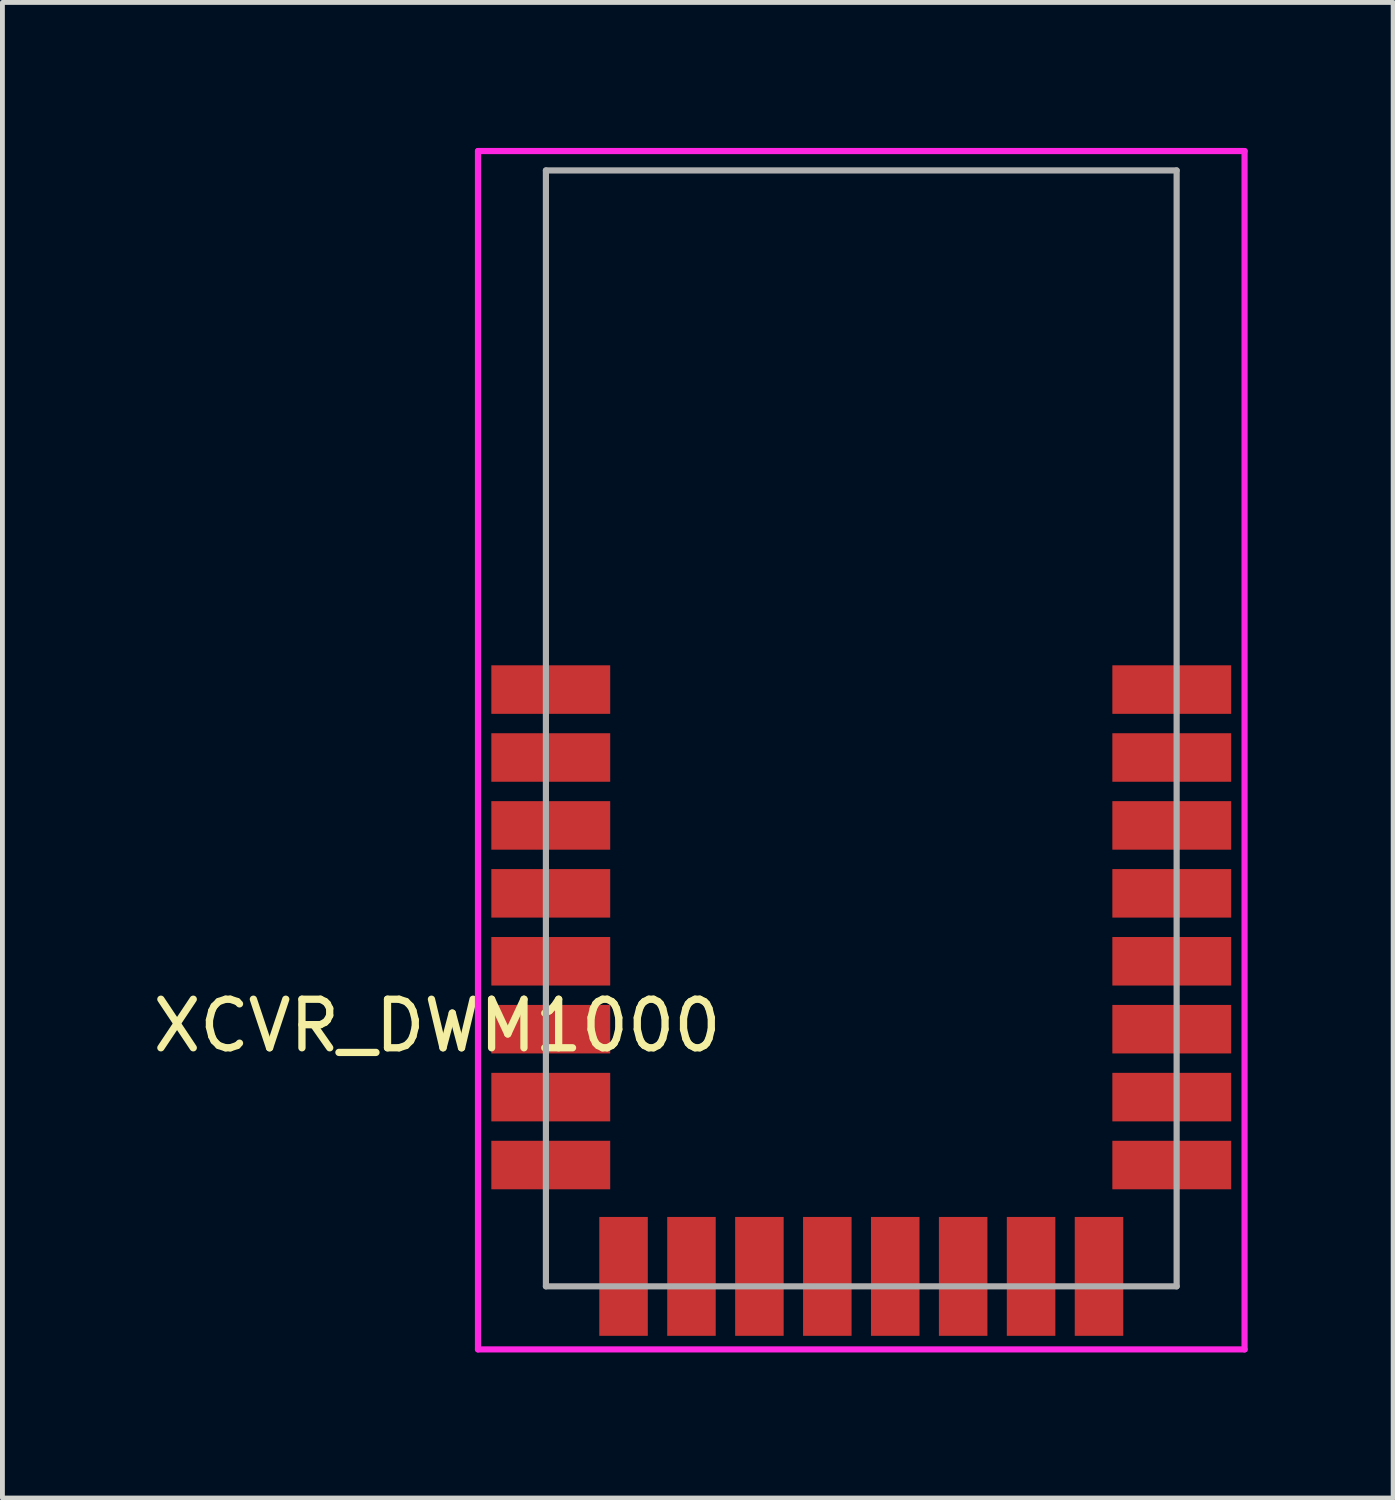
<source format=kicad_pcb>
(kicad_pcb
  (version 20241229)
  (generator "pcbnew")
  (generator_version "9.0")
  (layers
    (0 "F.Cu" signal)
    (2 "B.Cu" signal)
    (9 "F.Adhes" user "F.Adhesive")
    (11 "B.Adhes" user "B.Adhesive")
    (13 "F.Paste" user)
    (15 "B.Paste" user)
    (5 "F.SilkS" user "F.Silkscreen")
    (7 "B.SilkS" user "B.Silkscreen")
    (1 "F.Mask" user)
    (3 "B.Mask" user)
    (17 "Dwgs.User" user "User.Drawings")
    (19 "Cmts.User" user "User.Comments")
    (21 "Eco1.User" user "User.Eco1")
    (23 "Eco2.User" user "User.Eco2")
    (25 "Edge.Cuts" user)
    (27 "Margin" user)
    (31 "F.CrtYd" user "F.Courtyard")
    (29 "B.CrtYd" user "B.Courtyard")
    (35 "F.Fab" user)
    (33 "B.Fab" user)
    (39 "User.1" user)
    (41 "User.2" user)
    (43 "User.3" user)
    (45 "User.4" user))
  (footprint "XCVR_DWM1000"
    (layer "F.Cu")
    (at 14.702 12.963)
    (property "Reference" "XCVR_DWM1000" (at -8.74 5.128 180) (layer "F.SilkS") (effects (font (size 1.001 1.001) (thickness 0.15))))
    (attr through_hole)
    (fp_line (start -7.9 -12.9) (end -7.9 11.8) (stroke (width 0.127) (type solid)) (layer "F.CrtYd"))
    (fp_line (start -7.9 11.8) (end 7.9 11.8) (stroke (width 0.127) (type solid)) (layer "F.CrtYd"))
    (fp_line (start 7.9 -12.9) (end -7.9 -12.9) (stroke (width 0.127) (type solid)) (layer "F.CrtYd"))
    (fp_line (start 7.9 11.8) (end 7.9 -12.9) (stroke (width 0.127) (type solid)) (layer "F.CrtYd"))
    (fp_line (start -6.5 -12.5) (end -6.5 10.5) (stroke (width 0.127) (type solid)) (layer "F.Fab"))
    (fp_line (start -6.5 10.5) (end 6.5 10.5) (stroke (width 0.127) (type solid)) (layer "F.Fab"))
    (fp_line (start 6.5 -12.5) (end -6.5 -12.5) (stroke (width 0.127) (type solid)) (layer "F.Fab"))
    (fp_line (start 6.5 10.5) (end 6.5 -12.5) (stroke (width 0.127) (type solid)) (layer "F.Fab"))
    (pad "1" smd rect (at -6.4 -1.8) (size 2.45 1) (layers "F.Cu" "F.Mask" "F.Paste"))
    (pad "2" smd rect (at -6.4 -0.4) (size 2.45 1) (layers "F.Cu" "F.Mask" "F.Paste"))
    (pad "3" smd rect (at -6.4 1) (size 2.45 1) (layers "F.Cu" "F.Mask" "F.Paste"))
    (pad "4" smd rect (at -6.4 2.4) (size 2.45 1) (layers "F.Cu" "F.Mask" "F.Paste"))
    (pad "5" smd rect (at -6.4 3.8) (size 2.45 1) (layers "F.Cu" "F.Mask" "F.Paste"))
    (pad "6" smd rect (at -6.4 5.2) (size 2.45 1) (layers "F.Cu" "F.Mask" "F.Paste"))
    (pad "7" smd rect (at -6.4 6.6) (size 2.45 1) (layers "F.Cu" "F.Mask" "F.Paste"))
    (pad "8" smd rect (at -6.4 8) (size 2.45 1) (layers "F.Cu" "F.Mask" "F.Paste"))
    (pad "9" smd rect (at -4.9 10.295) (size 1 2.45) (layers "F.Cu" "F.Mask" "F.Paste"))
    (pad "10" smd rect (at -3.5 10.295) (size 1 2.45) (layers "F.Cu" "F.Mask" "F.Paste"))
    (pad "11" smd rect (at -2.1 10.295) (size 1 2.45) (layers "F.Cu" "F.Mask" "F.Paste"))
    (pad "12" smd rect (at -0.7 10.295) (size 1 2.45) (layers "F.Cu" "F.Mask" "F.Paste"))
    (pad "13" smd rect (at 0.7 10.295) (size 1 2.45) (layers "F.Cu" "F.Mask" "F.Paste"))
    (pad "14" smd rect (at 2.1 10.295) (size 1 2.45) (layers "F.Cu" "F.Mask" "F.Paste"))
    (pad "15" smd rect (at 3.5 10.295) (size 1 2.45) (layers "F.Cu" "F.Mask" "F.Paste"))
    (pad "16" smd rect (at 4.9 10.295) (size 1 2.45) (layers "F.Cu" "F.Mask" "F.Paste"))
    (pad "17" smd rect (at 6.4 8) (size 2.45 1) (layers "F.Cu" "F.Mask" "F.Paste"))
    (pad "18" smd rect (at 6.4 6.6) (size 2.45 1) (layers "F.Cu" "F.Mask" "F.Paste"))
    (pad "19" smd rect (at 6.4 5.2) (size 2.45 1) (layers "F.Cu" "F.Mask" "F.Paste"))
    (pad "20" smd rect (at 6.4 3.8) (size 2.45 1) (layers "F.Cu" "F.Mask" "F.Paste"))
    (pad "21" smd rect (at 6.4 2.4) (size 2.45 1) (layers "F.Cu" "F.Mask" "F.Paste"))
    (pad "22" smd rect (at 6.4 1) (size 2.45 1) (layers "F.Cu" "F.Mask" "F.Paste"))
    (pad "23" smd rect (at 6.4 -0.4) (size 2.45 1) (layers "F.Cu" "F.Mask" "F.Paste"))
    (pad "24" smd rect (at 6.4 -1.8) (size 2.45 1) (layers "F.Cu" "F.Mask" "F.Paste")))
  (gr_rect
    (start -3 -3)
    (end 25.665 27.827)
    (stroke (width 0.1) (type default))
    (fill no)
    (layer "Edge.Cuts")))
</source>
